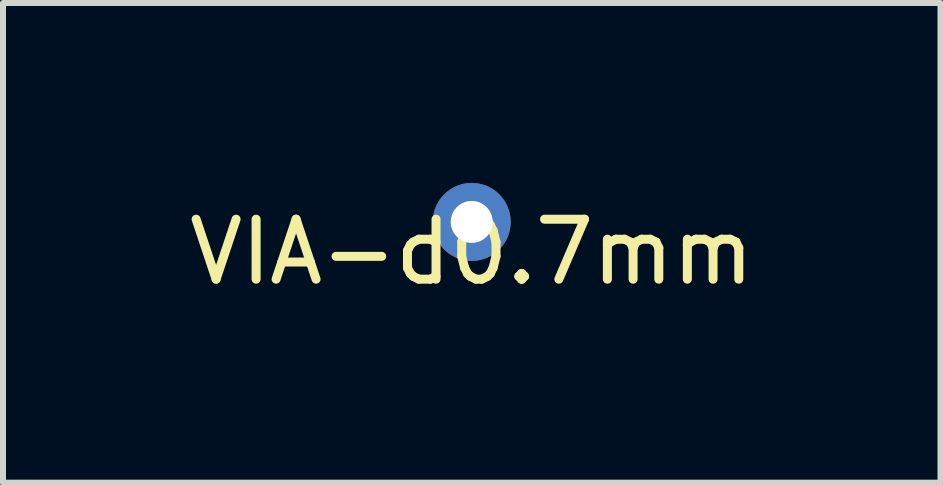
<source format=kicad_pcb>
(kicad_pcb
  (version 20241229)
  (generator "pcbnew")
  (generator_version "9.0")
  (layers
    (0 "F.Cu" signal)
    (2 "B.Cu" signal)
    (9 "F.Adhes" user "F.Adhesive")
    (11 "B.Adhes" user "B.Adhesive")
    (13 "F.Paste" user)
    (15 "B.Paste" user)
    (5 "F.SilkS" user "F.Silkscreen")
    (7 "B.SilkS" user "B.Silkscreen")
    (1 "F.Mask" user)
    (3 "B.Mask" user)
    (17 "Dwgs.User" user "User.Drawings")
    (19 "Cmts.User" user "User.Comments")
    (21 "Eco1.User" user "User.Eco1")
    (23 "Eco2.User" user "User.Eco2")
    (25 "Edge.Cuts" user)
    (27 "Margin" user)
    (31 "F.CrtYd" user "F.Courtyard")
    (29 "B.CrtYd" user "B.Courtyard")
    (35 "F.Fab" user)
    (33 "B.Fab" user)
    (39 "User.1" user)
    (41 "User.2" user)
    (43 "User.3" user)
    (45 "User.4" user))
  (footprint "VIA-d0.7mm"
    (layer "F.Cu")
    (at 4.815 0.65)
    (property "Reference" "VIA-d0.7mm" (at 0 0.5 0) (layer "F.SilkS") (effects (font (size 1 1) (thickness 0.15))))
    (attr through_hole)
    (pad "" thru_hole circle (at 0 0) (size 1.3 1.3) (drill 0.7) (layers "*.Cu" "*.Mask")))
  (gr_rect
    (start -3 -3)
    (end 12.631 4.998)
    (stroke (width 0.1) (type default))
    (fill no)
    (layer "Edge.Cuts")))
</source>
